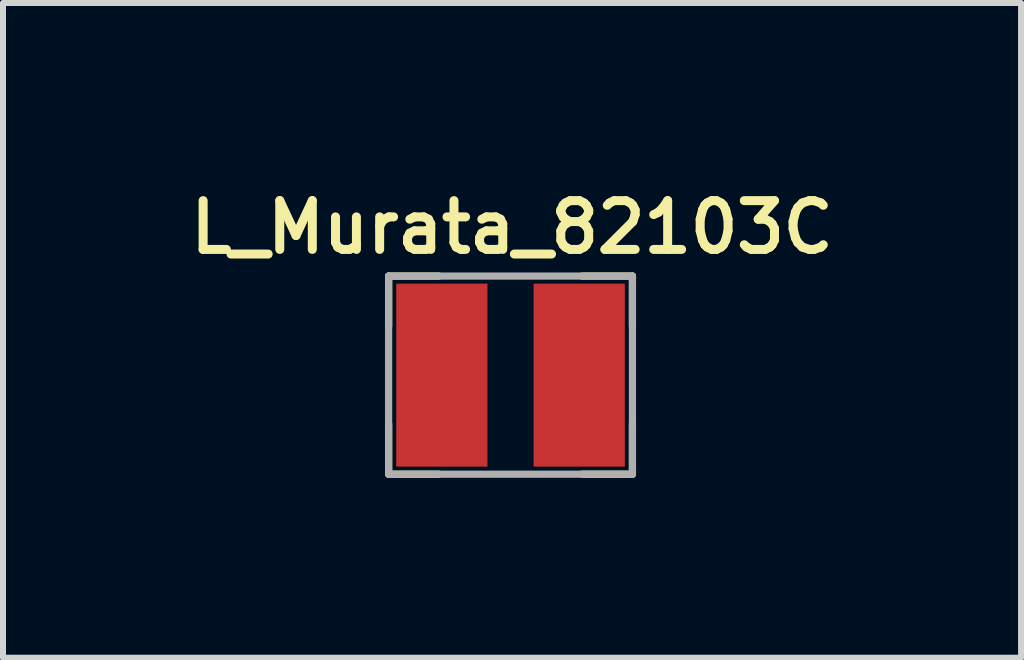
<source format=kicad_pcb>
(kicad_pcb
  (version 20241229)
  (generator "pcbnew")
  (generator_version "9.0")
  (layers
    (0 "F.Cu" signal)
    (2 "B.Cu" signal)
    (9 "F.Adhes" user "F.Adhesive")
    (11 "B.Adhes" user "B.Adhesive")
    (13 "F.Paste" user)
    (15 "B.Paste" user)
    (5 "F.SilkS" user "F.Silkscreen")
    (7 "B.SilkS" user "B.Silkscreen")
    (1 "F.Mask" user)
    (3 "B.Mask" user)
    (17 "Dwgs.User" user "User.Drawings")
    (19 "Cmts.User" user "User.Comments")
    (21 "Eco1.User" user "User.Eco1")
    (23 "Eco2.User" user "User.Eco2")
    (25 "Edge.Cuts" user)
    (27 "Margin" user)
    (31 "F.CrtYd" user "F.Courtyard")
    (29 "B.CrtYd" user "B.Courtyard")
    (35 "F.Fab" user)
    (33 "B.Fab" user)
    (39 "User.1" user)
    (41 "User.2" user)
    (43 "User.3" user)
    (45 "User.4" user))
  (footprint "L_Murata_82103C"
    (layer "F.Cu")
    (at 5.46 3.203)
    (property "Reference" "L_Murata_82103C" (at 0.025 -2.464 0) (layer "F.SilkS") (effects (font (size 0.813 0.813) (thickness 0.15))))
    (attr through_hole)
    (fp_line (start -2.032 -1.651) (end -1.194 -1.651) (stroke (width 0.12) (type solid)) (layer "F.SilkS"))
    (fp_line (start -2.032 -0.813) (end -2.032 -1.651) (stroke (width 0.12) (type solid)) (layer "F.SilkS"))
    (fp_line (start -2.032 1.651) (end -2.032 0.813) (stroke (width 0.12) (type solid)) (layer "F.SilkS"))
    (fp_line (start -1.194 1.651) (end -2.032 1.651) (stroke (width 0.12) (type solid)) (layer "F.SilkS"))
    (fp_line (start 1.194 -1.651) (end 2.032 -1.651) (stroke (width 0.12) (type solid)) (layer "F.SilkS"))
    (fp_line (start 2.032 -1.651) (end 2.032 -0.813) (stroke (width 0.12) (type solid)) (layer "F.SilkS"))
    (fp_line (start 2.032 0.813) (end 2.032 1.651) (stroke (width 0.12) (type solid)) (layer "F.SilkS"))
    (fp_line (start 2.032 1.651) (end 1.194 1.651) (stroke (width 0.12) (type solid)) (layer "F.SilkS"))
    (fp_line (start -2.032 -1.651) (end -2.032 1.651) (stroke (width 0.12) (type solid)) (layer "F.Fab"))
    (fp_line (start -2.032 1.651) (end 2.032 1.651) (stroke (width 0.12) (type solid)) (layer "F.Fab"))
    (fp_line (start 2.032 -1.651) (end -2.032 -1.651) (stroke (width 0.12) (type solid)) (layer "F.Fab"))
    (fp_line (start 2.032 1.651) (end 2.032 -1.651) (stroke (width 0.12) (type solid)) (layer "F.Fab"))
    (pad "1" smd rect (at -1.145 0) (size 1.52 3.05) (layers "F.Cu" "F.Mask" "F.Paste"))
    (pad "2" smd rect (at 1.145 0) (size 1.52 3.05) (layers "F.Cu" "F.Mask" "F.Paste")))
  (gr_rect
    (start -3 -3)
    (end 13.97 7.914)
    (stroke (width 0.1) (type default))
    (fill no)
    (layer "Edge.Cuts")))
</source>
